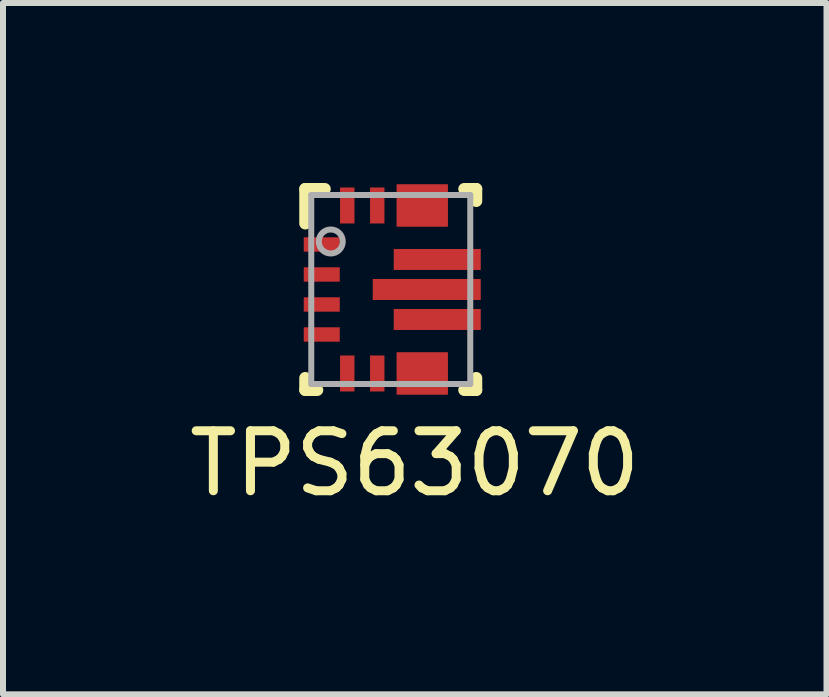
<source format=kicad_pcb>
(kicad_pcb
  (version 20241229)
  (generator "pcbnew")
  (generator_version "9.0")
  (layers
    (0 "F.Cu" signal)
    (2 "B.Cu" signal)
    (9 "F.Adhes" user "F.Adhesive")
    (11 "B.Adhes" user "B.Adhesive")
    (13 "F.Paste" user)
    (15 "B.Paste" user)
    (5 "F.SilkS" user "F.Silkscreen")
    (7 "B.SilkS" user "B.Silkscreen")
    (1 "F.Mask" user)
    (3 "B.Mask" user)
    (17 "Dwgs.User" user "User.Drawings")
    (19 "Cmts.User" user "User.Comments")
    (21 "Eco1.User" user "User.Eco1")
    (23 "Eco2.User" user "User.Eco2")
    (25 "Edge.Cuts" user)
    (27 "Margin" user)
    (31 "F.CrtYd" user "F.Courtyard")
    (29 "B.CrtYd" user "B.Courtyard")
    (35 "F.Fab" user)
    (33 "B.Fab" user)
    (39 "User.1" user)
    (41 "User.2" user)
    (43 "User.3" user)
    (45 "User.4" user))
  (footprint "TPS63070"
    (layer "F.Cu")
    (at 3.463 1.775)
    (property "Reference" "TPS63070" (at 0.4 2.9 0) (unlocked yes) (layer "F.SilkS") (effects (font (size 1 1) (thickness 0.15))))
    (attr smd)
    (fp_poly (pts (xy 0.15 -1.15) (xy 0.15 -1.3) (xy 0.151 -1.31) (xy 0.154 -1.319) (xy 0.158 -1.328) (xy 0.165 -1.335) (xy 0.172 -1.342) (xy 0.181 -1.346) (xy 0.19 -1.349) (xy 0.2 -1.35) (xy 0.85 -1.35) (xy 0.86 -1.349) (xy 0.869 -1.346) (xy 0.878 -1.342) (xy 0.885 -1.335) (xy 0.892 -1.328) (xy 0.896 -1.319) (xy 0.899 -1.31) (xy 0.9 -1.3) (xy 0.9 -1.15) (xy 0.899 -1.14) (xy 0.896 -1.131) (xy 0.892 -1.122) (xy 0.885 -1.115) (xy 0.878 -1.108) (xy 0.869 -1.104) (xy 0.86 -1.101) (xy 0.85 -1.1) (xy 0.2 -1.1) (xy 0.19 -1.101) (xy 0.181 -1.104) (xy 0.172 -1.108) (xy 0.165 -1.115) (xy 0.158 -1.122) (xy 0.154 -1.131) (xy 0.151 -1.14)) (stroke (width 0) (type solid)) (fill yes) (layer "F.Mask"))
    (fp_poly (pts (xy 0.15 1.3) (xy 0.15 1.15) (xy 0.151 1.14) (xy 0.154 1.131) (xy 0.158 1.122) (xy 0.165 1.115) (xy 0.172 1.108) (xy 0.181 1.104) (xy 0.19 1.101) (xy 0.2 1.1) (xy 0.85 1.1) (xy 0.86 1.101) (xy 0.869 1.104) (xy 0.878 1.108) (xy 0.885 1.115) (xy 0.892 1.122) (xy 0.896 1.131) (xy 0.899 1.14) (xy 0.9 1.15) (xy 0.9 1.3) (xy 0.899 1.31) (xy 0.896 1.319) (xy 0.892 1.328) (xy 0.885 1.335) (xy 0.878 1.342) (xy 0.869 1.346) (xy 0.86 1.349) (xy 0.85 1.35) (xy 0.2 1.35) (xy 0.19 1.349) (xy 0.181 1.346) (xy 0.172 1.342) (xy 0.165 1.335) (xy 0.158 1.328) (xy 0.154 1.319) (xy 0.151 1.31)) (stroke (width 0) (type solid)) (fill yes) (layer "F.Mask"))
    (fp_poly (pts (xy 0.2 1.1) (xy 0.35 1.1) (xy 0.36 1.101) (xy 0.369 1.104) (xy 0.378 1.108) (xy 0.385 1.115) (xy 0.392 1.122) (xy 0.396 1.131) (xy 0.399 1.14) (xy 0.4 1.15) (xy 0.4 1.65) (xy 0.399 1.66) (xy 0.396 1.669) (xy 0.392 1.678) (xy 0.385 1.685) (xy 0.378 1.692) (xy 0.369 1.696) (xy 0.36 1.699) (xy 0.35 1.7) (xy 0.2 1.7) (xy 0.19 1.699) (xy 0.181 1.696) (xy 0.172 1.692) (xy 0.165 1.685) (xy 0.158 1.678) (xy 0.154 1.669) (xy 0.151 1.66) (xy 0.15 1.65) (xy 0.15 1.15) (xy 0.151 1.14) (xy 0.154 1.131) (xy 0.158 1.122) (xy 0.165 1.115) (xy 0.172 1.108) (xy 0.181 1.104) (xy 0.19 1.101)) (stroke (width 0) (type solid)) (fill yes) (layer "F.Mask"))
    (fp_poly (pts (xy 0.35 -1.1) (xy 0.2 -1.1) (xy 0.19 -1.101) (xy 0.181 -1.104) (xy 0.172 -1.108) (xy 0.165 -1.115) (xy 0.158 -1.122) (xy 0.154 -1.131) (xy 0.151 -1.14) (xy 0.15 -1.15) (xy 0.15 -1.65) (xy 0.151 -1.66) (xy 0.154 -1.669) (xy 0.158 -1.678) (xy 0.165 -1.685) (xy 0.172 -1.692) (xy 0.181 -1.696) (xy 0.19 -1.699) (xy 0.2 -1.7) (xy 0.35 -1.7) (xy 0.36 -1.699) (xy 0.369 -1.696) (xy 0.378 -1.692) (xy 0.385 -1.685) (xy 0.392 -1.678) (xy 0.396 -1.669) (xy 0.399 -1.66) (xy 0.4 -1.65) (xy 0.4 -1.15) (xy 0.399 -1.14) (xy 0.396 -1.131) (xy 0.392 -1.122) (xy 0.385 -1.115) (xy 0.378 -1.108) (xy 0.369 -1.104) (xy 0.36 -1.101)) (stroke (width 0) (type solid)) (fill yes) (layer "F.Mask"))
    (fp_poly (pts (xy 0.7 1.1) (xy 0.85 1.1) (xy 0.86 1.101) (xy 0.869 1.104) (xy 0.878 1.108) (xy 0.885 1.115) (xy 0.892 1.122) (xy 0.896 1.131) (xy 0.899 1.14) (xy 0.9 1.15) (xy 0.9 1.65) (xy 0.899 1.66) (xy 0.896 1.669) (xy 0.892 1.678) (xy 0.885 1.685) (xy 0.878 1.692) (xy 0.869 1.696) (xy 0.86 1.699) (xy 0.85 1.7) (xy 0.7 1.7) (xy 0.69 1.699) (xy 0.681 1.696) (xy 0.672 1.692) (xy 0.665 1.685) (xy 0.658 1.678) (xy 0.654 1.669) (xy 0.651 1.66) (xy 0.65 1.65) (xy 0.65 1.15) (xy 0.651 1.14) (xy 0.654 1.131) (xy 0.658 1.122) (xy 0.665 1.115) (xy 0.672 1.108) (xy 0.681 1.104) (xy 0.69 1.101)) (stroke (width 0) (type solid)) (fill yes) (layer "F.Mask"))
    (fp_poly (pts (xy 0.85 -1.1) (xy 0.7 -1.1) (xy 0.69 -1.101) (xy 0.681 -1.104) (xy 0.672 -1.108) (xy 0.665 -1.115) (xy 0.658 -1.122) (xy 0.654 -1.131) (xy 0.651 -1.14) (xy 0.65 -1.15) (xy 0.65 -1.65) (xy 0.651 -1.66) (xy 0.654 -1.669) (xy 0.658 -1.678) (xy 0.665 -1.685) (xy 0.672 -1.692) (xy 0.681 -1.696) (xy 0.69 -1.699) (xy 0.7 -1.7) (xy 0.85 -1.7) (xy 0.86 -1.699) (xy 0.869 -1.696) (xy 0.878 -1.692) (xy 0.885 -1.685) (xy 0.892 -1.678) (xy 0.896 -1.669) (xy 0.899 -1.66) (xy 0.9 -1.65) (xy 0.9 -1.15) (xy 0.899 -1.14) (xy 0.896 -1.131) (xy 0.892 -1.122) (xy 0.885 -1.115) (xy 0.878 -1.108) (xy 0.869 -1.104) (xy 0.86 -1.101)) (stroke (width 0) (type solid)) (fill yes) (layer "F.Mask"))
    (fp_line (start -1.425 -1.675) (end -1.1 -1.675) (stroke (width 0.2) (type solid)) (layer "F.SilkS"))
    (fp_line (start -1.425 -1.1) (end -1.425 -1.675) (stroke (width 0.2) (type solid)) (layer "F.SilkS"))
    (fp_line (start -1.425 1.675) (end -1.425 1.475) (stroke (width 0.2) (type solid)) (layer "F.SilkS"))
    (fp_line (start -1.425 1.675) (end -1.225 1.675) (stroke (width 0.2) (type solid)) (layer "F.SilkS"))
    (fp_line (start 1.225 -1.675) (end 1.425 -1.675) (stroke (width 0.2) (type solid)) (layer "F.SilkS"))
    (fp_line (start 1.225 1.675) (end 1.425 1.675) (stroke (width 0.2) (type solid)) (layer "F.SilkS"))
    (fp_line (start 1.425 -1.475) (end 1.425 -1.675) (stroke (width 0.2) (type solid)) (layer "F.SilkS"))
    (fp_line (start 1.425 1.675) (end 1.425 1.475) (stroke (width 0.2) (type solid)) (layer "F.SilkS"))
    (fp_poly (pts (xy -0.22 0.075) (xy -0.22 -0.075) (xy -0.219 -0.085) (xy -0.216 -0.094) (xy -0.212 -0.103) (xy -0.205 -0.11) (xy -0.198 -0.117) (xy -0.189 -0.121) (xy -0.18 -0.124) (xy -0.17 -0.125) (xy 0.45 -0.125) (xy 0.46 -0.124) (xy 0.469 -0.121) (xy 0.478 -0.117) (xy 0.485 -0.11) (xy 0.492 -0.103) (xy 0.496 -0.094) (xy 0.499 -0.085) (xy 0.5 -0.075) (xy 0.5 0.075) (xy 0.499 0.085) (xy 0.496 0.094) (xy 0.492 0.103) (xy 0.485 0.11) (xy 0.478 0.117) (xy 0.469 0.121) (xy 0.46 0.124) (xy 0.45 0.125) (xy -0.17 0.125) (xy -0.18 0.124) (xy -0.189 0.121) (xy -0.198 0.117) (xy -0.205 0.11) (xy -0.212 0.103) (xy -0.216 0.094) (xy -0.219 0.085)) (stroke (width 0) (type solid)) (fill yes) (layer "F.Paste"))
    (fp_poly (pts (xy 0.101 -0.425) (xy 0.101 -0.575) (xy 0.101 -0.585) (xy 0.104 -0.594) (xy 0.109 -0.603) (xy 0.115 -0.61) (xy 0.123 -0.617) (xy 0.131 -0.621) (xy 0.141 -0.624) (xy 0.15 -0.625) (xy 0.625 -0.625) (xy 0.635 -0.624) (xy 0.645 -0.621) (xy 0.653 -0.617) (xy 0.661 -0.61) (xy 0.667 -0.603) (xy 0.672 -0.594) (xy 0.675 -0.585) (xy 0.675 -0.575) (xy 0.675 -0.425) (xy 0.675 -0.415) (xy 0.672 -0.406) (xy 0.667 -0.397) (xy 0.661 -0.39) (xy 0.653 -0.383) (xy 0.645 -0.379) (xy 0.635 -0.376) (xy 0.625 -0.375) (xy 0.15 -0.375) (xy 0.141 -0.376) (xy 0.131 -0.379) (xy 0.123 -0.383) (xy 0.115 -0.39) (xy 0.109 -0.397) (xy 0.104 -0.406) (xy 0.101 -0.415)) (stroke (width 0) (type solid)) (fill yes) (layer "F.Paste"))
    (fp_poly (pts (xy 0.101 0.575) (xy 0.101 0.425) (xy 0.101 0.415) (xy 0.104 0.406) (xy 0.109 0.397) (xy 0.115 0.39) (xy 0.123 0.383) (xy 0.131 0.379) (xy 0.141 0.376) (xy 0.15 0.375) (xy 0.625 0.375) (xy 0.635 0.376) (xy 0.645 0.379) (xy 0.653 0.383) (xy 0.661 0.39) (xy 0.667 0.397) (xy 0.672 0.406) (xy 0.675 0.415) (xy 0.675 0.425) (xy 0.675 0.575) (xy 0.675 0.585) (xy 0.672 0.594) (xy 0.667 0.603) (xy 0.661 0.61) (xy 0.653 0.617) (xy 0.645 0.621) (xy 0.635 0.624) (xy 0.625 0.625) (xy 0.15 0.625) (xy 0.141 0.624) (xy 0.131 0.621) (xy 0.123 0.617) (xy 0.115 0.61) (xy 0.109 0.603) (xy 0.104 0.594) (xy 0.101 0.585)) (stroke (width 0) (type solid)) (fill yes) (layer "F.Paste"))
    (fp_poly (pts (xy 0.15 -1.15) (xy 0.15 -1.3) (xy 0.151 -1.31) (xy 0.154 -1.319) (xy 0.158 -1.328) (xy 0.165 -1.335) (xy 0.172 -1.342) (xy 0.181 -1.346) (xy 0.19 -1.349) (xy 0.2 -1.35) (xy 0.85 -1.35) (xy 0.86 -1.349) (xy 0.869 -1.346) (xy 0.878 -1.342) (xy 0.885 -1.335) (xy 0.892 -1.328) (xy 0.896 -1.319) (xy 0.899 -1.31) (xy 0.9 -1.3) (xy 0.9 -1.15) (xy 0.899 -1.14) (xy 0.896 -1.131) (xy 0.892 -1.122) (xy 0.885 -1.115) (xy 0.878 -1.108) (xy 0.869 -1.104) (xy 0.86 -1.101) (xy 0.85 -1.1) (xy 0.2 -1.1) (xy 0.19 -1.101) (xy 0.181 -1.104) (xy 0.172 -1.108) (xy 0.165 -1.115) (xy 0.158 -1.122) (xy 0.154 -1.131) (xy 0.151 -1.14)) (stroke (width 0) (type solid)) (fill yes) (layer "F.Paste"))
    (fp_poly (pts (xy 0.15 1.3) (xy 0.15 1.15) (xy 0.151 1.14) (xy 0.154 1.131) (xy 0.158 1.122) (xy 0.165 1.115) (xy 0.172 1.108) (xy 0.181 1.104) (xy 0.19 1.101) (xy 0.2 1.1) (xy 0.85 1.1) (xy 0.86 1.101) (xy 0.869 1.104) (xy 0.878 1.108) (xy 0.885 1.115) (xy 0.892 1.122) (xy 0.896 1.131) (xy 0.899 1.14) (xy 0.9 1.15) (xy 0.9 1.3) (xy 0.899 1.31) (xy 0.896 1.319) (xy 0.892 1.328) (xy 0.885 1.335) (xy 0.878 1.342) (xy 0.869 1.346) (xy 0.86 1.349) (xy 0.85 1.35) (xy 0.2 1.35) (xy 0.19 1.349) (xy 0.181 1.346) (xy 0.172 1.342) (xy 0.165 1.335) (xy 0.158 1.328) (xy 0.154 1.319) (xy 0.151 1.31)) (stroke (width 0) (type solid)) (fill yes) (layer "F.Paste"))
    (fp_poly (pts (xy 0.2 1.1) (xy 0.35 1.1) (xy 0.36 1.101) (xy 0.369 1.104) (xy 0.378 1.108) (xy 0.385 1.115) (xy 0.392 1.122) (xy 0.396 1.131) (xy 0.399 1.14) (xy 0.4 1.15) (xy 0.4 1.65) (xy 0.399 1.66) (xy 0.396 1.669) (xy 0.392 1.678) (xy 0.385 1.685) (xy 0.378 1.692) (xy 0.369 1.696) (xy 0.36 1.699) (xy 0.35 1.7) (xy 0.2 1.7) (xy 0.19 1.699) (xy 0.181 1.696) (xy 0.172 1.692) (xy 0.165 1.685) (xy 0.158 1.678) (xy 0.154 1.669) (xy 0.151 1.66) (xy 0.15 1.65) (xy 0.15 1.15) (xy 0.151 1.14) (xy 0.154 1.131) (xy 0.158 1.122) (xy 0.165 1.115) (xy 0.172 1.108) (xy 0.181 1.104) (xy 0.19 1.101)) (stroke (width 0) (type solid)) (fill yes) (layer "F.Paste"))
    (fp_poly (pts (xy 0.35 -1.1) (xy 0.2 -1.1) (xy 0.19 -1.101) (xy 0.181 -1.104) (xy 0.172 -1.108) (xy 0.165 -1.115) (xy 0.158 -1.122) (xy 0.154 -1.131) (xy 0.151 -1.14) (xy 0.15 -1.15) (xy 0.15 -1.65) (xy 0.151 -1.66) (xy 0.154 -1.669) (xy 0.158 -1.678) (xy 0.165 -1.685) (xy 0.172 -1.692) (xy 0.181 -1.696) (xy 0.19 -1.699) (xy 0.2 -1.7) (xy 0.35 -1.7) (xy 0.36 -1.699) (xy 0.369 -1.696) (xy 0.378 -1.692) (xy 0.385 -1.685) (xy 0.392 -1.678) (xy 0.396 -1.669) (xy 0.399 -1.66) (xy 0.4 -1.65) (xy 0.4 -1.15) (xy 0.399 -1.14) (xy 0.396 -1.131) (xy 0.392 -1.122) (xy 0.385 -1.115) (xy 0.378 -1.108) (xy 0.369 -1.104) (xy 0.36 -1.101)) (stroke (width 0) (type solid)) (fill yes) (layer "F.Paste"))
    (fp_poly (pts (xy 0.7 0.075) (xy 0.7 -0.075) (xy 0.701 -0.085) (xy 0.704 -0.094) (xy 0.708 -0.103) (xy 0.715 -0.11) (xy 0.722 -0.117) (xy 0.731 -0.121) (xy 0.74 -0.124) (xy 0.75 -0.125) (xy 1.37 -0.125) (xy 1.38 -0.124) (xy 1.389 -0.121) (xy 1.398 -0.117) (xy 1.405 -0.11) (xy 1.412 -0.103) (xy 1.416 -0.094) (xy 1.419 -0.085) (xy 1.42 -0.075) (xy 1.42 0.075) (xy 1.419 0.085) (xy 1.416 0.094) (xy 1.412 0.103) (xy 1.405 0.11) (xy 1.398 0.117) (xy 1.389 0.121) (xy 1.38 0.124) (xy 1.37 0.125) (xy 0.75 0.125) (xy 0.74 0.124) (xy 0.731 0.121) (xy 0.722 0.117) (xy 0.715 0.11) (xy 0.708 0.103) (xy 0.704 0.094) (xy 0.701 0.085)) (stroke (width 0) (type solid)) (fill yes) (layer "F.Paste"))
    (fp_poly (pts (xy 0.7 1.1) (xy 0.85 1.1) (xy 0.86 1.101) (xy 0.869 1.104) (xy 0.878 1.108) (xy 0.885 1.115) (xy 0.892 1.122) (xy 0.896 1.131) (xy 0.899 1.14) (xy 0.9 1.15) (xy 0.9 1.65) (xy 0.899 1.66) (xy 0.896 1.669) (xy 0.892 1.678) (xy 0.885 1.685) (xy 0.878 1.692) (xy 0.869 1.696) (xy 0.86 1.699) (xy 0.85 1.7) (xy 0.7 1.7) (xy 0.69 1.699) (xy 0.681 1.696) (xy 0.672 1.692) (xy 0.665 1.685) (xy 0.658 1.678) (xy 0.654 1.669) (xy 0.651 1.66) (xy 0.65 1.65) (xy 0.65 1.15) (xy 0.651 1.14) (xy 0.654 1.131) (xy 0.658 1.122) (xy 0.665 1.115) (xy 0.672 1.108) (xy 0.681 1.104) (xy 0.69 1.101)) (stroke (width 0) (type solid)) (fill yes) (layer "F.Paste"))
    (fp_poly (pts (xy 0.85 -1.1) (xy 0.7 -1.1) (xy 0.69 -1.101) (xy 0.681 -1.104) (xy 0.672 -1.108) (xy 0.665 -1.115) (xy 0.658 -1.122) (xy 0.654 -1.131) (xy 0.651 -1.14) (xy 0.65 -1.15) (xy 0.65 -1.65) (xy 0.651 -1.66) (xy 0.654 -1.669) (xy 0.658 -1.678) (xy 0.665 -1.685) (xy 0.672 -1.692) (xy 0.681 -1.696) (xy 0.69 -1.699) (xy 0.7 -1.7) (xy 0.85 -1.7) (xy 0.86 -1.699) (xy 0.869 -1.696) (xy 0.878 -1.692) (xy 0.885 -1.685) (xy 0.892 -1.678) (xy 0.896 -1.669) (xy 0.899 -1.66) (xy 0.9 -1.65) (xy 0.9 -1.15) (xy 0.899 -1.14) (xy 0.896 -1.131) (xy 0.892 -1.122) (xy 0.885 -1.115) (xy 0.878 -1.108) (xy 0.869 -1.104) (xy 0.86 -1.101)) (stroke (width 0) (type solid)) (fill yes) (layer "F.Paste"))
    (fp_poly (pts (xy 0.875 -0.425) (xy 0.875 -0.575) (xy 0.876 -0.585) (xy 0.879 -0.594) (xy 0.884 -0.603) (xy 0.89 -0.61) (xy 0.898 -0.617) (xy 0.906 -0.621) (xy 0.916 -0.624) (xy 0.925 -0.625) (xy 1.401 -0.625) (xy 1.41 -0.624) (xy 1.42 -0.621) (xy 1.428 -0.617) (xy 1.436 -0.61) (xy 1.442 -0.603) (xy 1.447 -0.594) (xy 1.45 -0.585) (xy 1.45 -0.575) (xy 1.45 -0.425) (xy 1.45 -0.415) (xy 1.447 -0.406) (xy 1.442 -0.397) (xy 1.436 -0.39) (xy 1.428 -0.383) (xy 1.42 -0.379) (xy 1.41 -0.376) (xy 1.401 -0.375) (xy 0.925 -0.375) (xy 0.916 -0.376) (xy 0.906 -0.379) (xy 0.898 -0.383) (xy 0.89 -0.39) (xy 0.884 -0.397) (xy 0.879 -0.406) (xy 0.876 -0.415)) (stroke (width 0) (type solid)) (fill yes) (layer "F.Paste"))
    (fp_poly (pts (xy 0.875 0.575) (xy 0.875 0.425) (xy 0.876 0.415) (xy 0.879 0.406) (xy 0.884 0.397) (xy 0.89 0.39) (xy 0.898 0.383) (xy 0.906 0.379) (xy 0.916 0.376) (xy 0.925 0.375) (xy 1.401 0.375) (xy 1.41 0.376) (xy 1.42 0.379) (xy 1.428 0.383) (xy 1.436 0.39) (xy 1.442 0.397) (xy 1.447 0.406) (xy 1.45 0.415) (xy 1.45 0.425) (xy 1.45 0.575) (xy 1.45 0.585) (xy 1.447 0.594) (xy 1.442 0.603) (xy 1.436 0.61) (xy 1.428 0.617) (xy 1.42 0.621) (xy 1.41 0.624) (xy 1.401 0.625) (xy 0.925 0.625) (xy 0.916 0.624) (xy 0.906 0.621) (xy 0.898 0.617) (xy 0.89 0.61) (xy 0.884 0.603) (xy 0.879 0.594) (xy 0.876 0.585)) (stroke (width 0) (type solid)) (fill yes) (layer "F.Paste"))
    (fp_line (start -1.325 -1.575) (end 1.325 -1.575) (stroke (width 0.1) (type solid)) (layer "F.Fab"))
    (fp_line (start -1.325 1.575) (end -1.325 -1.575) (stroke (width 0.1) (type solid)) (layer "F.Fab"))
    (fp_line (start -1.325 1.575) (end 1.325 1.575) (stroke (width 0.1) (type solid)) (layer "F.Fab"))
    (fp_line (start 1.325 1.575) (end 1.325 -1.575) (stroke (width 0.1) (type solid)) (layer "F.Fab"))
    (fp_circle (center -1 -0.8) (end -0.8 -0.8) (stroke (width 0.1) (type solid)) (fill no) (layer "F.Fab"))
    (pad "1" smd rect (at -1.15 -0.75 90) (size 0.24 0.6) (layers "F.Cu" "F.Mask" "F.Paste"))
    (pad "2" smd rect (at -1.15 -0.25 90) (size 0.24 0.6) (layers "F.Cu" "F.Mask" "F.Paste"))
    (pad "3" smd rect (at -1.15 0.25 90) (size 0.24 0.6) (layers "F.Cu" "F.Mask" "F.Paste"))
    (pad "4" smd rect (at -1.15 0.75 90) (size 0.24 0.6) (layers "F.Cu" "F.Mask" "F.Paste"))
    (pad "5" smd rect (at -0.725 1.4) (size 0.24 0.6) (layers "F.Cu" "F.Mask" "F.Paste"))
    (pad "6" smd rect (at -0.225 1.4) (size 0.24 0.6) (layers "F.Cu" "F.Mask" "F.Paste"))
    (pad "7" smd rect (at 0.525 1.4 90) (size 0.7 0.85) (layers "F.Cu" "F.Mask" "F.Paste"))
    (pad "8" smd rect (at 0.525 1.4 90) (size 0.7 0.85) (layers "F.Cu" "F.Mask" "F.Paste"))
    (pad "9" smd rect (at 0.775 0.5 90) (size 0.35 1.45) (layers "F.Cu" "F.Mask"))
    (pad "10" smd rect (at 0.6 0 90) (size 0.35 1.8) (layers "F.Cu" "F.Mask"))
    (pad "11" smd rect (at 0.775 -0.5 90) (size 0.35 1.45) (layers "F.Cu" "F.Mask"))
    (pad "12" smd rect (at 0.525 -1.4 90) (size 0.7 0.85) (layers "F.Cu" "F.Mask" "F.Paste"))
    (pad "13" smd rect (at 0.525 -1.4 90) (size 0.7 0.85) (layers "F.Cu" "F.Mask" "F.Paste"))
    (pad "14" smd rect (at -0.225 -1.4) (size 0.24 0.6) (layers "F.Cu" "F.Mask" "F.Paste"))
    (pad "15" smd rect (at -0.725 -1.4) (size 0.24 0.6) (layers "F.Cu" "F.Mask" "F.Paste")))
  (gr_rect
    (start -3 -3)
    (end 10.726 8.523)
    (stroke (width 0.1) (type default))
    (fill no)
    (layer "Edge.Cuts")))
</source>
